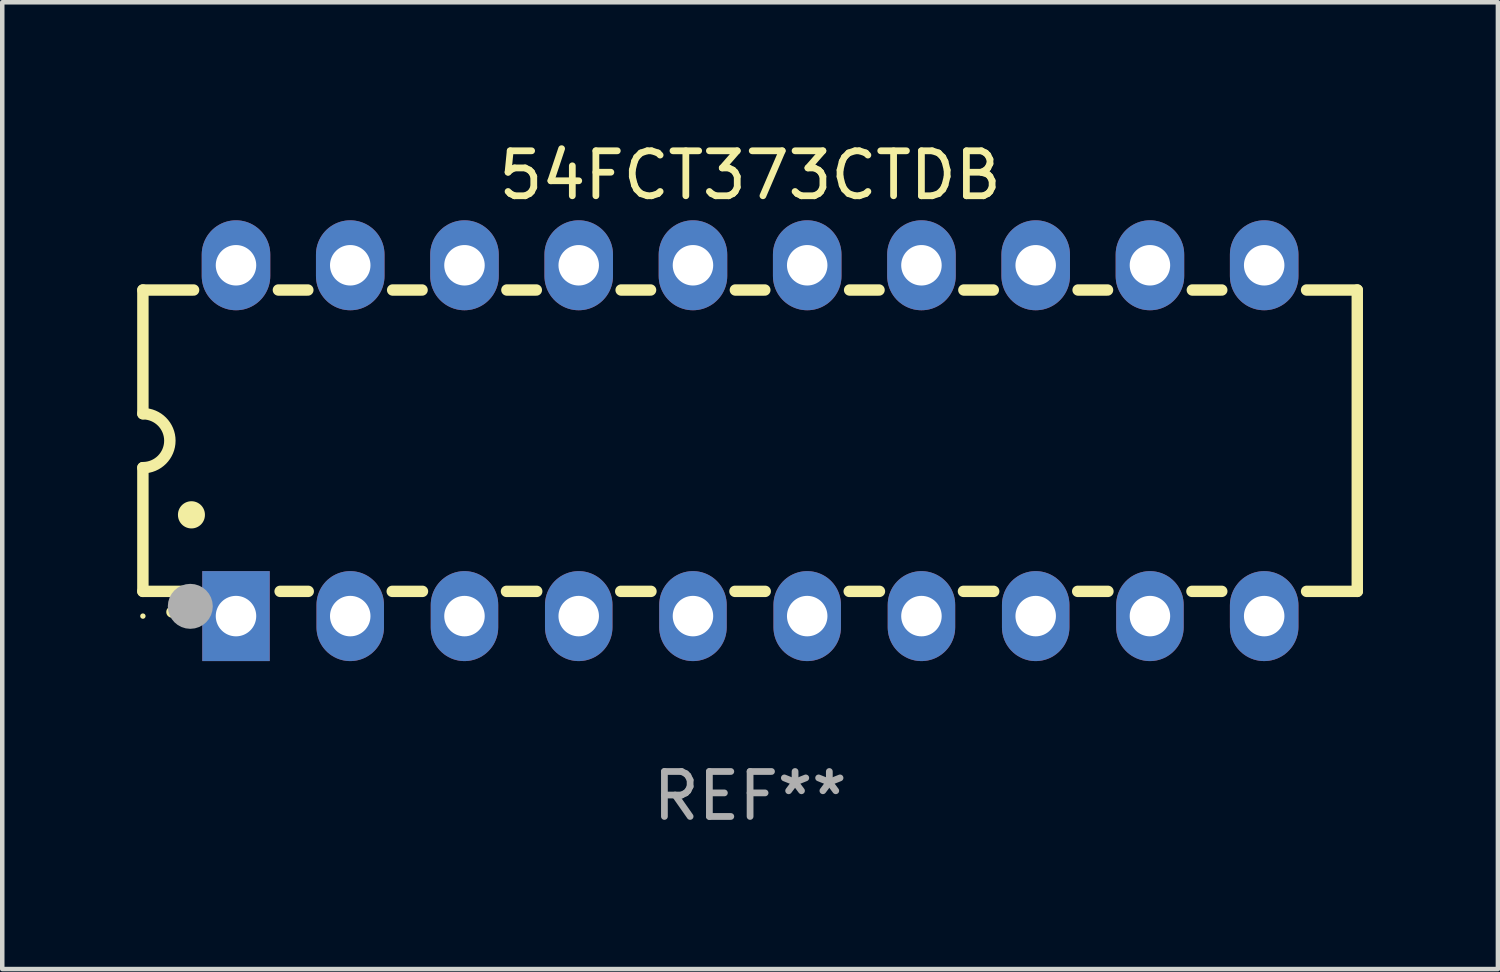
<source format=kicad_pcb>
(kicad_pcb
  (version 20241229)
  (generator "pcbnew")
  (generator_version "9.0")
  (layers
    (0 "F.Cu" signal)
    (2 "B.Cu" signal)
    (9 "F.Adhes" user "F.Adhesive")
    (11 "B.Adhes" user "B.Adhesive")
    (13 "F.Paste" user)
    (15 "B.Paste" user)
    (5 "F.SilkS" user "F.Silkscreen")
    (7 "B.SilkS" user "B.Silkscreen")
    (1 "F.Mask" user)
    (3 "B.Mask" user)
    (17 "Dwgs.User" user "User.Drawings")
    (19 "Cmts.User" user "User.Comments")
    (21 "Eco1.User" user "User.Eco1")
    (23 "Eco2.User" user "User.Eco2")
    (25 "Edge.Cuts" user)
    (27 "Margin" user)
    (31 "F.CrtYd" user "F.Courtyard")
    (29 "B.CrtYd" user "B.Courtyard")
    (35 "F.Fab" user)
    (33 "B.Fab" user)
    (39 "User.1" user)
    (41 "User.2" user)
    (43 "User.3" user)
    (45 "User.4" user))
  (footprint "54FCT373CTDB"
    (layer "F.Cu")
    (at 13.627 6.748)
    (property "Reference" "54FCT373CTDB" (at 0 -5.9 0) (layer "F.SilkS") (effects (font (size 1 1) (thickness 0.15))))
    (attr through_hole)
    (fp_line (start -13.5 -3.35) (end -12.373 -3.35) (stroke (width 0.254) (type solid)) (layer "F.SilkS"))
    (fp_line (start -13.5 -0.6) (end -13.5 -3.35) (stroke (width 0.254) (type solid)) (layer "F.SilkS"))
    (fp_line (start -13.5 3.35) (end -13.5 0.6) (stroke (width 0.254) (type solid)) (layer "F.SilkS"))
    (fp_line (start -13.5 3.35) (end -12.411 3.35) (stroke (width 0.254) (type solid)) (layer "F.SilkS"))
    (fp_line (start -10.487 -3.35) (end -9.833 -3.35) (stroke (width 0.254) (type solid)) (layer "F.SilkS"))
    (fp_line (start -10.449 3.35) (end -9.824 3.35) (stroke (width 0.254) (type solid)) (layer "F.SilkS"))
    (fp_line (start -7.956 3.35) (end -7.284 3.35) (stroke (width 0.254) (type solid)) (layer "F.SilkS"))
    (fp_line (start -7.947 -3.35) (end -7.293 -3.35) (stroke (width 0.254) (type solid)) (layer "F.SilkS"))
    (fp_line (start -5.416 3.35) (end -4.744 3.35) (stroke (width 0.254) (type solid)) (layer "F.SilkS"))
    (fp_line (start -5.407 -3.35) (end -4.753 -3.35) (stroke (width 0.254) (type solid)) (layer "F.SilkS"))
    (fp_line (start -2.876 3.35) (end -2.204 3.35) (stroke (width 0.254) (type solid)) (layer "F.SilkS"))
    (fp_line (start -2.867 -3.35) (end -2.213 -3.35) (stroke (width 0.254) (type solid)) (layer "F.SilkS"))
    (fp_line (start -0.336 3.35) (end 0.336 3.35) (stroke (width 0.254) (type solid)) (layer "F.SilkS"))
    (fp_line (start -0.327 -3.35) (end 0.327 -3.35) (stroke (width 0.254) (type solid)) (layer "F.SilkS"))
    (fp_line (start 2.204 3.35) (end 2.876 3.35) (stroke (width 0.254) (type solid)) (layer "F.SilkS"))
    (fp_line (start 2.213 -3.35) (end 2.867 -3.35) (stroke (width 0.254) (type solid)) (layer "F.SilkS"))
    (fp_line (start 4.744 3.35) (end 5.416 3.35) (stroke (width 0.254) (type solid)) (layer "F.SilkS"))
    (fp_line (start 4.753 -3.35) (end 5.407 -3.35) (stroke (width 0.254) (type solid)) (layer "F.SilkS"))
    (fp_line (start 7.284 3.35) (end 7.956 3.35) (stroke (width 0.254) (type solid)) (layer "F.SilkS"))
    (fp_line (start 7.293 -3.35) (end 7.947 -3.35) (stroke (width 0.254) (type solid)) (layer "F.SilkS"))
    (fp_line (start 9.824 3.35) (end 10.487 3.35) (stroke (width 0.254) (type solid)) (layer "F.SilkS"))
    (fp_line (start 9.833 -3.35) (end 10.487 -3.35) (stroke (width 0.254) (type solid)) (layer "F.SilkS"))
    (fp_line (start 12.373 -3.35) (end 13.5 -3.35) (stroke (width 0.254) (type solid)) (layer "F.SilkS"))
    (fp_line (start 12.373 3.35) (end 13.5 3.35) (stroke (width 0.254) (type solid)) (layer "F.SilkS"))
    (fp_line (start 13.5 -3.35) (end 13.5 3.35) (stroke (width 0.254) (type solid)) (layer "F.SilkS"))
    (fp_arc (start -13.500127 -0.599442) (mid -12.900406 0.000228) (end -13.500025 0.6) (stroke (width 0.254001) (type solid)) (layer "F.SilkS"))
    (fp_arc (start -12.854966 3.810008) (mid -12.854973 3.808738) (end -12.854966 3.807468) (stroke (width 0.25) (type solid)) (layer "F.SilkS"))
    (fp_arc (start -12.420625 1.651003) (mid -12.420636 1.648463) (end -12.420625 1.645923) (stroke (width 0.6) (type solid)) (layer "F.SilkS"))
    (fp_circle (center -13.5 3.9) (end -13.47 3.9) (stroke (width 0.06) (type solid)) (fill no) (layer "F.SilkS"))
    (fp_circle (center -12.446 3.683) (end -12.196 3.683) (stroke (width 0.5) (type solid)) (fill no) (layer "F.Fab"))
    (fp_text user "REF**" (at 0 7.9 0) (layer "F.Fab") (effects (font (size 1 1) (thickness 0.15))))
    (pad "1" thru_hole rect (at -11.43 3.9 90) (size 2 1.5) (drill 0.9) (layers "*.Cu" "*.Mask"))
    (pad "2" thru_hole oval (at -8.89 3.9 90) (size 2 1.5) (drill 0.9) (layers "*.Cu" "*.Mask"))
    (pad "3" thru_hole oval (at -6.35 3.9 90) (size 2 1.5) (drill 0.9) (layers "*.Cu" "*.Mask"))
    (pad "4" thru_hole oval (at -3.81 3.9 90) (size 2 1.5) (drill 0.9) (layers "*.Cu" "*.Mask"))
    (pad "5" thru_hole oval (at -1.27 3.9 90) (size 2 1.5) (drill 0.9) (layers "*.Cu" "*.Mask"))
    (pad "6" thru_hole oval (at 1.27 3.9 90) (size 2 1.5) (drill 0.9) (layers "*.Cu" "*.Mask"))
    (pad "7" thru_hole oval (at 3.81 3.9 90) (size 2 1.5) (drill 0.9) (layers "*.Cu" "*.Mask"))
    (pad "8" thru_hole oval (at 6.35 3.9 90) (size 2 1.5) (drill 0.9) (layers "*.Cu" "*.Mask"))
    (pad "9" thru_hole oval (at 8.89 3.9 90) (size 2 1.5) (drill 0.9) (layers "*.Cu" "*.Mask"))
    (pad "10" thru_hole oval (at 11.43 3.9 90) (size 2 1.524) (drill 0.9) (layers "*.Cu" "*.Mask"))
    (pad "11" thru_hole oval (at 11.43 -3.9 90) (size 2 1.524) (drill 0.9) (layers "*.Cu" "*.Mask"))
    (pad "12" thru_hole oval (at 8.89 -3.9 90) (size 2 1.524) (drill 0.9) (layers "*.Cu" "*.Mask"))
    (pad "13" thru_hole oval (at 6.35 -3.9 90) (size 2 1.524) (drill 0.9) (layers "*.Cu" "*.Mask"))
    (pad "14" thru_hole oval (at 3.81 -3.9 90) (size 2 1.524) (drill 0.9) (layers "*.Cu" "*.Mask"))
    (pad "15" thru_hole oval (at 1.27 -3.9 90) (size 2 1.524) (drill 0.9) (layers "*.Cu" "*.Mask"))
    (pad "16" thru_hole oval (at -1.27 -3.9 90) (size 2 1.524) (drill 0.9) (layers "*.Cu" "*.Mask"))
    (pad "17" thru_hole oval (at -3.81 -3.9 90) (size 2 1.524) (drill 0.9) (layers "*.Cu" "*.Mask"))
    (pad "18" thru_hole oval (at -6.35 -3.9 90) (size 2 1.524) (drill 0.9) (layers "*.Cu" "*.Mask"))
    (pad "19" thru_hole oval (at -8.89 -3.9 90) (size 2 1.524) (drill 0.9) (layers "*.Cu" "*.Mask"))
    (pad "20" thru_hole oval (at -11.43 -3.9 90) (size 2 1.524) (drill 0.9) (layers "*.Cu" "*.Mask")))
  (gr_rect
    (start -3 -3)
    (end 30.254 18.496)
    (stroke (width 0.1) (type default))
    (fill no)
    (layer "Edge.Cuts")))
</source>
